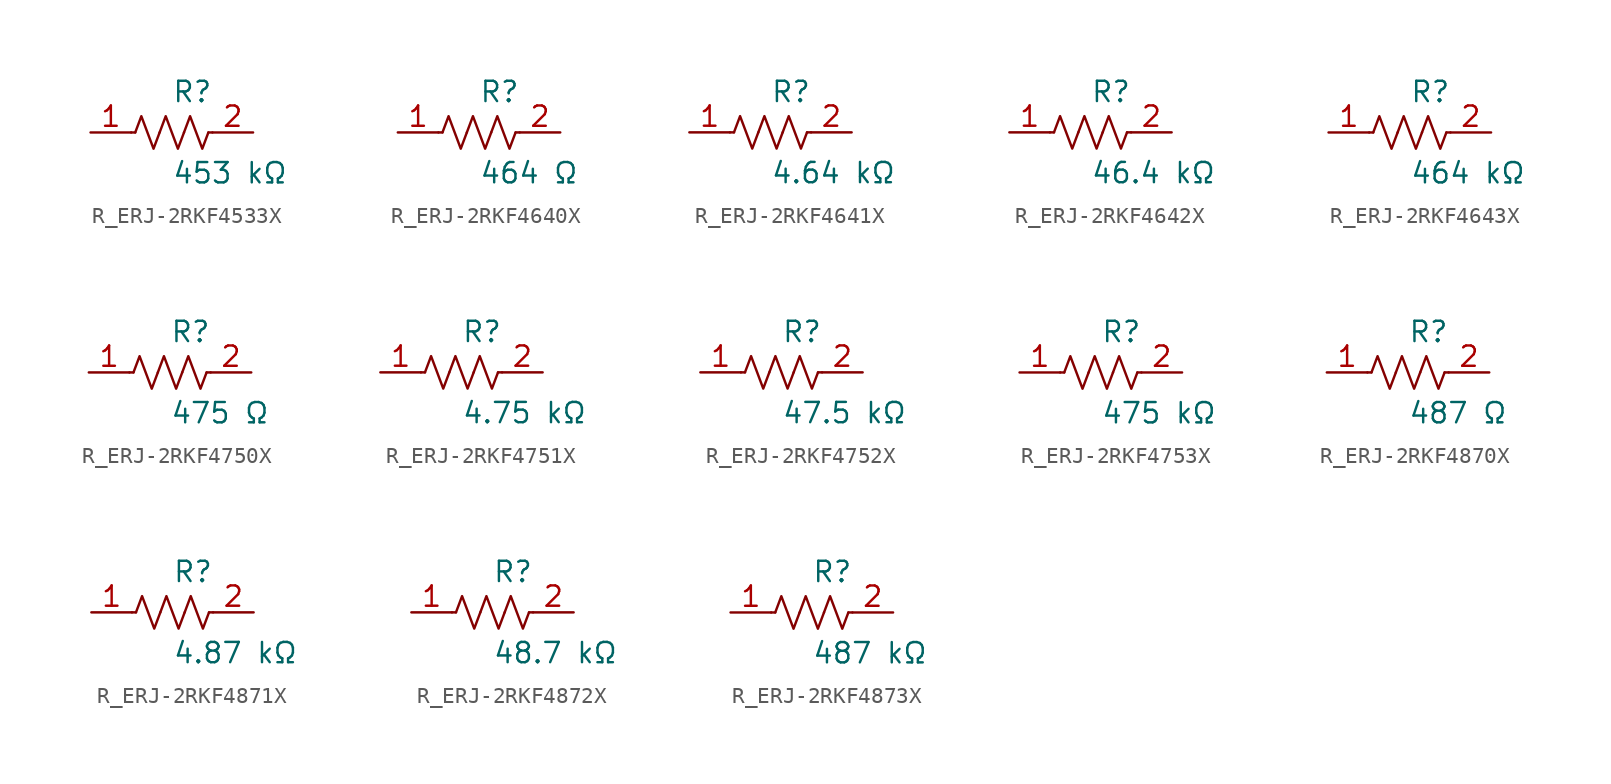
<source format=kicad_sym>
(kicad_symbol_lib
  (version 20231120)
  (generator kicad_symbol_editor)
  (generator_version 8.0)
  (symbol "R_ERJ-2RKF4533X"
    (pin_names
      (offset 0.254))
    (property "Reference" "R"
      (at 0 2.54 0)
      (effects (font (size 1.27 1.27)) (justify left)))
    (property "Value" "453 kΩ"
      (at 0 -2.54 0)
      (effects (font (size 1.27 1.27)) (justify left)))
    (symbol "R_ERJ-2RKF4533X_0_1"
      (polyline (pts (xy 2.286 0) (xy 2.54 0)) (stroke (width 0) (type default)) (fill (type none)))
      (polyline (pts (xy -2.286 0) (xy -2.54 0)) (stroke (width 0) (type default)) (fill (type none)))
      (polyline (pts (xy 0.762 0) (xy 1.143 1.016) (xy 1.524 0) (xy 1.905 -1.016) (xy 2.286 0)) (stroke (width 0) (type default)) (fill (type none)))
      (polyline (pts (xy -0.762 0) (xy -0.381 1.016) (xy 0 0) (xy 0.381 -1.016) (xy 0.762 0)) (stroke (width 0) (type default)) (fill (type none)))
      (polyline (pts (xy -2.286 0) (xy -1.905 1.016) (xy -1.524 0) (xy -1.143 -1.016) (xy -0.762 0)) (stroke (width 0) (type default)) (fill (type none))))
    (pin unspecified line
      (at -5.08 0 0)
      (length 2.54)
      (name "" (effects (font (size 1.27 1.27))))
      (number "1" (effects (font (size 1.27 1.27)))))
    (pin unspecified line
      (at 5.08 0 180)
      (length 2.54)
      (name "" (effects (font (size 1.27 1.27))))
      (number "2" (effects (font (size 1.27 1.27))))))
  (symbol "R_ERJ-2RKF4640X"
    (pin_names
      (offset 0.254))
    (property "Reference" "R"
      (at 0 2.54 0)
      (effects (font (size 1.27 1.27)) (justify left)))
    (property "Value" "464 Ω"
      (at 0 -2.54 0)
      (effects (font (size 1.27 1.27)) (justify left)))
    (symbol "R_ERJ-2RKF4640X_0_1"
      (polyline (pts (xy 2.286 0) (xy 2.54 0)) (stroke (width 0) (type default)) (fill (type none)))
      (polyline (pts (xy -2.286 0) (xy -2.54 0)) (stroke (width 0) (type default)) (fill (type none)))
      (polyline (pts (xy 0.762 0) (xy 1.143 1.016) (xy 1.524 0) (xy 1.905 -1.016) (xy 2.286 0)) (stroke (width 0) (type default)) (fill (type none)))
      (polyline (pts (xy -0.762 0) (xy -0.381 1.016) (xy 0 0) (xy 0.381 -1.016) (xy 0.762 0)) (stroke (width 0) (type default)) (fill (type none)))
      (polyline (pts (xy -2.286 0) (xy -1.905 1.016) (xy -1.524 0) (xy -1.143 -1.016) (xy -0.762 0)) (stroke (width 0) (type default)) (fill (type none))))
    (pin unspecified line
      (at -5.08 0 0)
      (length 2.54)
      (name "" (effects (font (size 1.27 1.27))))
      (number "1" (effects (font (size 1.27 1.27)))))
    (pin unspecified line
      (at 5.08 0 180)
      (length 2.54)
      (name "" (effects (font (size 1.27 1.27))))
      (number "2" (effects (font (size 1.27 1.27))))))
  (symbol "R_ERJ-2RKF4641X"
    (pin_names
      (offset 0.254))
    (property "Reference" "R"
      (at 0 2.54 0)
      (effects (font (size 1.27 1.27)) (justify left)))
    (property "Value" "4.64 kΩ"
      (at 0 -2.54 0)
      (effects (font (size 1.27 1.27)) (justify left)))
    (symbol "R_ERJ-2RKF4641X_0_1"
      (polyline (pts (xy 2.286 0) (xy 2.54 0)) (stroke (width 0) (type default)) (fill (type none)))
      (polyline (pts (xy -2.286 0) (xy -2.54 0)) (stroke (width 0) (type default)) (fill (type none)))
      (polyline (pts (xy 0.762 0) (xy 1.143 1.016) (xy 1.524 0) (xy 1.905 -1.016) (xy 2.286 0)) (stroke (width 0) (type default)) (fill (type none)))
      (polyline (pts (xy -0.762 0) (xy -0.381 1.016) (xy 0 0) (xy 0.381 -1.016) (xy 0.762 0)) (stroke (width 0) (type default)) (fill (type none)))
      (polyline (pts (xy -2.286 0) (xy -1.905 1.016) (xy -1.524 0) (xy -1.143 -1.016) (xy -0.762 0)) (stroke (width 0) (type default)) (fill (type none))))
    (pin unspecified line
      (at -5.08 0 0)
      (length 2.54)
      (name "" (effects (font (size 1.27 1.27))))
      (number "1" (effects (font (size 1.27 1.27)))))
    (pin unspecified line
      (at 5.08 0 180)
      (length 2.54)
      (name "" (effects (font (size 1.27 1.27))))
      (number "2" (effects (font (size 1.27 1.27))))))
  (symbol "R_ERJ-2RKF4642X"
    (pin_names
      (offset 0.254))
    (property "Reference" "R"
      (at 0 2.54 0)
      (effects (font (size 1.27 1.27)) (justify left)))
    (property "Value" "46.4 kΩ"
      (at 0 -2.54 0)
      (effects (font (size 1.27 1.27)) (justify left)))
    (symbol "R_ERJ-2RKF4642X_0_1"
      (polyline (pts (xy 2.286 0) (xy 2.54 0)) (stroke (width 0) (type default)) (fill (type none)))
      (polyline (pts (xy -2.286 0) (xy -2.54 0)) (stroke (width 0) (type default)) (fill (type none)))
      (polyline (pts (xy 0.762 0) (xy 1.143 1.016) (xy 1.524 0) (xy 1.905 -1.016) (xy 2.286 0)) (stroke (width 0) (type default)) (fill (type none)))
      (polyline (pts (xy -0.762 0) (xy -0.381 1.016) (xy 0 0) (xy 0.381 -1.016) (xy 0.762 0)) (stroke (width 0) (type default)) (fill (type none)))
      (polyline (pts (xy -2.286 0) (xy -1.905 1.016) (xy -1.524 0) (xy -1.143 -1.016) (xy -0.762 0)) (stroke (width 0) (type default)) (fill (type none))))
    (pin unspecified line
      (at -5.08 0 0)
      (length 2.54)
      (name "" (effects (font (size 1.27 1.27))))
      (number "1" (effects (font (size 1.27 1.27)))))
    (pin unspecified line
      (at 5.08 0 180)
      (length 2.54)
      (name "" (effects (font (size 1.27 1.27))))
      (number "2" (effects (font (size 1.27 1.27))))))
  (symbol "R_ERJ-2RKF4643X"
    (pin_names
      (offset 0.254))
    (property "Reference" "R"
      (at 0 2.54 0)
      (effects (font (size 1.27 1.27)) (justify left)))
    (property "Value" "464 kΩ"
      (at 0 -2.54 0)
      (effects (font (size 1.27 1.27)) (justify left)))
    (symbol "R_ERJ-2RKF4643X_0_1"
      (polyline (pts (xy 2.286 0) (xy 2.54 0)) (stroke (width 0) (type default)) (fill (type none)))
      (polyline (pts (xy -2.286 0) (xy -2.54 0)) (stroke (width 0) (type default)) (fill (type none)))
      (polyline (pts (xy 0.762 0) (xy 1.143 1.016) (xy 1.524 0) (xy 1.905 -1.016) (xy 2.286 0)) (stroke (width 0) (type default)) (fill (type none)))
      (polyline (pts (xy -0.762 0) (xy -0.381 1.016) (xy 0 0) (xy 0.381 -1.016) (xy 0.762 0)) (stroke (width 0) (type default)) (fill (type none)))
      (polyline (pts (xy -2.286 0) (xy -1.905 1.016) (xy -1.524 0) (xy -1.143 -1.016) (xy -0.762 0)) (stroke (width 0) (type default)) (fill (type none))))
    (pin unspecified line
      (at -5.08 0 0)
      (length 2.54)
      (name "" (effects (font (size 1.27 1.27))))
      (number "1" (effects (font (size 1.27 1.27)))))
    (pin unspecified line
      (at 5.08 0 180)
      (length 2.54)
      (name "" (effects (font (size 1.27 1.27))))
      (number "2" (effects (font (size 1.27 1.27))))))
  (symbol "R_ERJ-2RKF4750X"
    (pin_names
      (offset 0.254))
    (property "Reference" "R"
      (at 0 2.54 0)
      (effects (font (size 1.27 1.27)) (justify left)))
    (property "Value" "475 Ω"
      (at 0 -2.54 0)
      (effects (font (size 1.27 1.27)) (justify left)))
    (symbol "R_ERJ-2RKF4750X_0_1"
      (polyline (pts (xy 2.286 0) (xy 2.54 0)) (stroke (width 0) (type default)) (fill (type none)))
      (polyline (pts (xy -2.286 0) (xy -2.54 0)) (stroke (width 0) (type default)) (fill (type none)))
      (polyline (pts (xy 0.762 0) (xy 1.143 1.016) (xy 1.524 0) (xy 1.905 -1.016) (xy 2.286 0)) (stroke (width 0) (type default)) (fill (type none)))
      (polyline (pts (xy -0.762 0) (xy -0.381 1.016) (xy 0 0) (xy 0.381 -1.016) (xy 0.762 0)) (stroke (width 0) (type default)) (fill (type none)))
      (polyline (pts (xy -2.286 0) (xy -1.905 1.016) (xy -1.524 0) (xy -1.143 -1.016) (xy -0.762 0)) (stroke (width 0) (type default)) (fill (type none))))
    (pin unspecified line
      (at -5.08 0 0)
      (length 2.54)
      (name "" (effects (font (size 1.27 1.27))))
      (number "1" (effects (font (size 1.27 1.27)))))
    (pin unspecified line
      (at 5.08 0 180)
      (length 2.54)
      (name "" (effects (font (size 1.27 1.27))))
      (number "2" (effects (font (size 1.27 1.27))))))
  (symbol "R_ERJ-2RKF4751X"
    (pin_names
      (offset 0.254))
    (property "Reference" "R"
      (at 0 2.54 0)
      (effects (font (size 1.27 1.27)) (justify left)))
    (property "Value" "4.75 kΩ"
      (at 0 -2.54 0)
      (effects (font (size 1.27 1.27)) (justify left)))
    (symbol "R_ERJ-2RKF4751X_0_1"
      (polyline (pts (xy 2.286 0) (xy 2.54 0)) (stroke (width 0) (type default)) (fill (type none)))
      (polyline (pts (xy -2.286 0) (xy -2.54 0)) (stroke (width 0) (type default)) (fill (type none)))
      (polyline (pts (xy 0.762 0) (xy 1.143 1.016) (xy 1.524 0) (xy 1.905 -1.016) (xy 2.286 0)) (stroke (width 0) (type default)) (fill (type none)))
      (polyline (pts (xy -0.762 0) (xy -0.381 1.016) (xy 0 0) (xy 0.381 -1.016) (xy 0.762 0)) (stroke (width 0) (type default)) (fill (type none)))
      (polyline (pts (xy -2.286 0) (xy -1.905 1.016) (xy -1.524 0) (xy -1.143 -1.016) (xy -0.762 0)) (stroke (width 0) (type default)) (fill (type none))))
    (pin unspecified line
      (at -5.08 0 0)
      (length 2.54)
      (name "" (effects (font (size 1.27 1.27))))
      (number "1" (effects (font (size 1.27 1.27)))))
    (pin unspecified line
      (at 5.08 0 180)
      (length 2.54)
      (name "" (effects (font (size 1.27 1.27))))
      (number "2" (effects (font (size 1.27 1.27))))))
  (symbol "R_ERJ-2RKF4752X"
    (pin_names
      (offset 0.254))
    (property "Reference" "R"
      (at 0 2.54 0)
      (effects (font (size 1.27 1.27)) (justify left)))
    (property "Value" "47.5 kΩ"
      (at 0 -2.54 0)
      (effects (font (size 1.27 1.27)) (justify left)))
    (symbol "R_ERJ-2RKF4752X_0_1"
      (polyline (pts (xy 2.286 0) (xy 2.54 0)) (stroke (width 0) (type default)) (fill (type none)))
      (polyline (pts (xy -2.286 0) (xy -2.54 0)) (stroke (width 0) (type default)) (fill (type none)))
      (polyline (pts (xy 0.762 0) (xy 1.143 1.016) (xy 1.524 0) (xy 1.905 -1.016) (xy 2.286 0)) (stroke (width 0) (type default)) (fill (type none)))
      (polyline (pts (xy -0.762 0) (xy -0.381 1.016) (xy 0 0) (xy 0.381 -1.016) (xy 0.762 0)) (stroke (width 0) (type default)) (fill (type none)))
      (polyline (pts (xy -2.286 0) (xy -1.905 1.016) (xy -1.524 0) (xy -1.143 -1.016) (xy -0.762 0)) (stroke (width 0) (type default)) (fill (type none))))
    (pin unspecified line
      (at -5.08 0 0)
      (length 2.54)
      (name "" (effects (font (size 1.27 1.27))))
      (number "1" (effects (font (size 1.27 1.27)))))
    (pin unspecified line
      (at 5.08 0 180)
      (length 2.54)
      (name "" (effects (font (size 1.27 1.27))))
      (number "2" (effects (font (size 1.27 1.27))))))
  (symbol "R_ERJ-2RKF4753X"
    (pin_names
      (offset 0.254))
    (property "Reference" "R"
      (at 0 2.54 0)
      (effects (font (size 1.27 1.27)) (justify left)))
    (property "Value" "475 kΩ"
      (at 0 -2.54 0)
      (effects (font (size 1.27 1.27)) (justify left)))
    (symbol "R_ERJ-2RKF4753X_0_1"
      (polyline (pts (xy 2.286 0) (xy 2.54 0)) (stroke (width 0) (type default)) (fill (type none)))
      (polyline (pts (xy -2.286 0) (xy -2.54 0)) (stroke (width 0) (type default)) (fill (type none)))
      (polyline (pts (xy 0.762 0) (xy 1.143 1.016) (xy 1.524 0) (xy 1.905 -1.016) (xy 2.286 0)) (stroke (width 0) (type default)) (fill (type none)))
      (polyline (pts (xy -0.762 0) (xy -0.381 1.016) (xy 0 0) (xy 0.381 -1.016) (xy 0.762 0)) (stroke (width 0) (type default)) (fill (type none)))
      (polyline (pts (xy -2.286 0) (xy -1.905 1.016) (xy -1.524 0) (xy -1.143 -1.016) (xy -0.762 0)) (stroke (width 0) (type default)) (fill (type none))))
    (pin unspecified line
      (at -5.08 0 0)
      (length 2.54)
      (name "" (effects (font (size 1.27 1.27))))
      (number "1" (effects (font (size 1.27 1.27)))))
    (pin unspecified line
      (at 5.08 0 180)
      (length 2.54)
      (name "" (effects (font (size 1.27 1.27))))
      (number "2" (effects (font (size 1.27 1.27))))))
  (symbol "R_ERJ-2RKF4870X"
    (pin_names
      (offset 0.254))
    (property "Reference" "R"
      (at 0 2.54 0)
      (effects (font (size 1.27 1.27)) (justify left)))
    (property "Value" "487 Ω"
      (at 0 -2.54 0)
      (effects (font (size 1.27 1.27)) (justify left)))
    (symbol "R_ERJ-2RKF4870X_0_1"
      (polyline (pts (xy 2.286 0) (xy 2.54 0)) (stroke (width 0) (type default)) (fill (type none)))
      (polyline (pts (xy -2.286 0) (xy -2.54 0)) (stroke (width 0) (type default)) (fill (type none)))
      (polyline (pts (xy 0.762 0) (xy 1.143 1.016) (xy 1.524 0) (xy 1.905 -1.016) (xy 2.286 0)) (stroke (width 0) (type default)) (fill (type none)))
      (polyline (pts (xy -0.762 0) (xy -0.381 1.016) (xy 0 0) (xy 0.381 -1.016) (xy 0.762 0)) (stroke (width 0) (type default)) (fill (type none)))
      (polyline (pts (xy -2.286 0) (xy -1.905 1.016) (xy -1.524 0) (xy -1.143 -1.016) (xy -0.762 0)) (stroke (width 0) (type default)) (fill (type none))))
    (pin unspecified line
      (at -5.08 0 0)
      (length 2.54)
      (name "" (effects (font (size 1.27 1.27))))
      (number "1" (effects (font (size 1.27 1.27)))))
    (pin unspecified line
      (at 5.08 0 180)
      (length 2.54)
      (name "" (effects (font (size 1.27 1.27))))
      (number "2" (effects (font (size 1.27 1.27))))))
  (symbol "R_ERJ-2RKF4871X"
    (pin_names
      (offset 0.254))
    (property "Reference" "R"
      (at 0 2.54 0)
      (effects (font (size 1.27 1.27)) (justify left)))
    (property "Value" "4.87 kΩ"
      (at 0 -2.54 0)
      (effects (font (size 1.27 1.27)) (justify left)))
    (symbol "R_ERJ-2RKF4871X_0_1"
      (polyline (pts (xy 2.286 0) (xy 2.54 0)) (stroke (width 0) (type default)) (fill (type none)))
      (polyline (pts (xy -2.286 0) (xy -2.54 0)) (stroke (width 0) (type default)) (fill (type none)))
      (polyline (pts (xy 0.762 0) (xy 1.143 1.016) (xy 1.524 0) (xy 1.905 -1.016) (xy 2.286 0)) (stroke (width 0) (type default)) (fill (type none)))
      (polyline (pts (xy -0.762 0) (xy -0.381 1.016) (xy 0 0) (xy 0.381 -1.016) (xy 0.762 0)) (stroke (width 0) (type default)) (fill (type none)))
      (polyline (pts (xy -2.286 0) (xy -1.905 1.016) (xy -1.524 0) (xy -1.143 -1.016) (xy -0.762 0)) (stroke (width 0) (type default)) (fill (type none))))
    (pin unspecified line
      (at -5.08 0 0)
      (length 2.54)
      (name "" (effects (font (size 1.27 1.27))))
      (number "1" (effects (font (size 1.27 1.27)))))
    (pin unspecified line
      (at 5.08 0 180)
      (length 2.54)
      (name "" (effects (font (size 1.27 1.27))))
      (number "2" (effects (font (size 1.27 1.27))))))
  (symbol "R_ERJ-2RKF4872X"
    (pin_names
      (offset 0.254))
    (property "Reference" "R"
      (at 0 2.54 0)
      (effects (font (size 1.27 1.27)) (justify left)))
    (property "Value" "48.7 kΩ"
      (at 0 -2.54 0)
      (effects (font (size 1.27 1.27)) (justify left)))
    (symbol "R_ERJ-2RKF4872X_0_1"
      (polyline (pts (xy 2.286 0) (xy 2.54 0)) (stroke (width 0) (type default)) (fill (type none)))
      (polyline (pts (xy -2.286 0) (xy -2.54 0)) (stroke (width 0) (type default)) (fill (type none)))
      (polyline (pts (xy 0.762 0) (xy 1.143 1.016) (xy 1.524 0) (xy 1.905 -1.016) (xy 2.286 0)) (stroke (width 0) (type default)) (fill (type none)))
      (polyline (pts (xy -0.762 0) (xy -0.381 1.016) (xy 0 0) (xy 0.381 -1.016) (xy 0.762 0)) (stroke (width 0) (type default)) (fill (type none)))
      (polyline (pts (xy -2.286 0) (xy -1.905 1.016) (xy -1.524 0) (xy -1.143 -1.016) (xy -0.762 0)) (stroke (width 0) (type default)) (fill (type none))))
    (pin unspecified line
      (at -5.08 0 0)
      (length 2.54)
      (name "" (effects (font (size 1.27 1.27))))
      (number "1" (effects (font (size 1.27 1.27)))))
    (pin unspecified line
      (at 5.08 0 180)
      (length 2.54)
      (name "" (effects (font (size 1.27 1.27))))
      (number "2" (effects (font (size 1.27 1.27))))))
  (symbol "R_ERJ-2RKF4873X"
    (pin_names
      (offset 0.254))
    (property "Reference" "R"
      (at 0 2.54 0)
      (effects (font (size 1.27 1.27)) (justify left)))
    (property "Value" "487 kΩ"
      (at 0 -2.54 0)
      (effects (font (size 1.27 1.27)) (justify left)))
    (symbol "R_ERJ-2RKF4873X_0_1"
      (polyline (pts (xy 2.286 0) (xy 2.54 0)) (stroke (width 0) (type default)) (fill (type none)))
      (polyline (pts (xy -2.286 0) (xy -2.54 0)) (stroke (width 0) (type default)) (fill (type none)))
      (polyline (pts (xy 0.762 0) (xy 1.143 1.016) (xy 1.524 0) (xy 1.905 -1.016) (xy 2.286 0)) (stroke (width 0) (type default)) (fill (type none)))
      (polyline (pts (xy -0.762 0) (xy -0.381 1.016) (xy 0 0) (xy 0.381 -1.016) (xy 0.762 0)) (stroke (width 0) (type default)) (fill (type none)))
      (polyline (pts (xy -2.286 0) (xy -1.905 1.016) (xy -1.524 0) (xy -1.143 -1.016) (xy -0.762 0)) (stroke (width 0) (type default)) (fill (type none))))
    (pin unspecified line
      (at -5.08 0 0)
      (length 2.54)
      (name "" (effects (font (size 1.27 1.27))))
      (number "1" (effects (font (size 1.27 1.27)))))
    (pin unspecified line
      (at 5.08 0 180)
      (length 2.54)
      (name "" (effects (font (size 1.27 1.27))))
      (number "2" (effects (font (size 1.27 1.27)))))))
</source>
